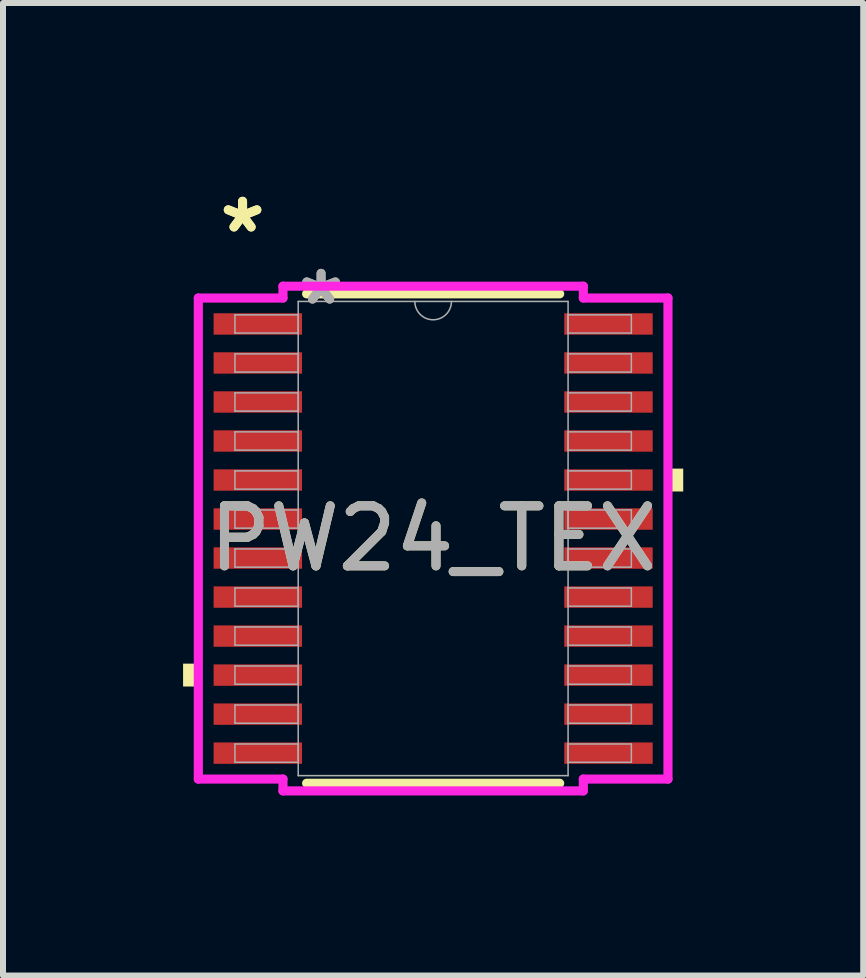
<source format=kicad_pcb>
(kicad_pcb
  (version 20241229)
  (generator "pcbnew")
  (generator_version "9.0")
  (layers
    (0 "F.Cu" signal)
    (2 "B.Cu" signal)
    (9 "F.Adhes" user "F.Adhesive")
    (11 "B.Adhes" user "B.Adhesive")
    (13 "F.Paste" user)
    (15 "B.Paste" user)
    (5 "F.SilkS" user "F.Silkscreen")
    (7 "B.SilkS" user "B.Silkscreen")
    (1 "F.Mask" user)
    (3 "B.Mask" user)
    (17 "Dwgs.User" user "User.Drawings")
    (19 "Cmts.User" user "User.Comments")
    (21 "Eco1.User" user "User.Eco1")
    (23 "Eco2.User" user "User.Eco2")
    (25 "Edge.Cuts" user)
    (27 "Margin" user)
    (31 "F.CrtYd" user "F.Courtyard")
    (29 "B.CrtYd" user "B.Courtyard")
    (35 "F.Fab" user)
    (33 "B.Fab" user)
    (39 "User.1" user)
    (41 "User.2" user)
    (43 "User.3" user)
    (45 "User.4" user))
  (footprint "PW24_TEX"
    (layer "F.Cu")
    (at 4.166 5.922)
    (property "Reference" "PW24_TEX" (at 0 0 0) (unlocked yes) (layer "F.SilkS") (effects (font (size 1 1) (thickness 0.15))))
    (attr smd)
    (fp_line (start -2.108 4.077) (end 2.108 4.077) (stroke (width 0.152) (type solid)) (layer "F.SilkS"))
    (fp_line (start 2.108 -4.077) (end -2.108 -4.077) (stroke (width 0.152) (type solid)) (layer "F.SilkS"))
    (fp_poly (pts (xy -4.166 2.084) (xy -4.166 2.465) (xy -3.912 2.465) (xy -3.912 2.084)) (stroke (width 0) (type solid)) (fill yes) (layer "F.SilkS"))
    (fp_poly (pts (xy 4.166 -1.165) (xy 4.166 -0.784) (xy 3.912 -0.784) (xy 3.912 -1.165)) (stroke (width 0) (type solid)) (fill yes) (layer "F.SilkS"))
    (fp_line (start -3.912 -4.007) (end -2.502 -4.007) (stroke (width 0.152) (type solid)) (layer "F.CrtYd"))
    (fp_line (start -3.912 4.007) (end -3.912 -4.007) (stroke (width 0.152) (type solid)) (layer "F.CrtYd"))
    (fp_line (start -3.912 4.007) (end -2.502 4.007) (stroke (width 0.152) (type solid)) (layer "F.CrtYd"))
    (fp_line (start -2.502 -4.204) (end 2.502 -4.204) (stroke (width 0.152) (type solid)) (layer "F.CrtYd"))
    (fp_line (start -2.502 -4.007) (end -2.502 -4.204) (stroke (width 0.152) (type solid)) (layer "F.CrtYd"))
    (fp_line (start -2.502 4.204) (end -2.502 4.007) (stroke (width 0.152) (type solid)) (layer "F.CrtYd"))
    (fp_line (start 2.502 -4.204) (end 2.502 -4.007) (stroke (width 0.152) (type solid)) (layer "F.CrtYd"))
    (fp_line (start 2.502 4.007) (end 2.502 4.204) (stroke (width 0.152) (type solid)) (layer "F.CrtYd"))
    (fp_line (start 2.502 4.204) (end -2.502 4.204) (stroke (width 0.152) (type solid)) (layer "F.CrtYd"))
    (fp_line (start 3.912 -4.007) (end 2.502 -4.007) (stroke (width 0.152) (type solid)) (layer "F.CrtYd"))
    (fp_line (start 3.912 -4.007) (end 3.912 4.007) (stroke (width 0.152) (type solid)) (layer "F.CrtYd"))
    (fp_line (start 3.912 4.007) (end 2.502 4.007) (stroke (width 0.152) (type solid)) (layer "F.CrtYd"))
    (fp_line (start -3.302 -3.727) (end -3.302 -3.423) (stroke (width 0.025) (type solid)) (layer "F.Fab"))
    (fp_line (start -3.302 -3.423) (end -2.248 -3.423) (stroke (width 0.025) (type solid)) (layer "F.Fab"))
    (fp_line (start -3.302 -3.077) (end -3.302 -2.773) (stroke (width 0.025) (type solid)) (layer "F.Fab"))
    (fp_line (start -3.302 -2.773) (end -2.248 -2.773) (stroke (width 0.025) (type solid)) (layer "F.Fab"))
    (fp_line (start -3.302 -2.427) (end -3.302 -2.123) (stroke (width 0.025) (type solid)) (layer "F.Fab"))
    (fp_line (start -3.302 -2.123) (end -2.248 -2.123) (stroke (width 0.025) (type solid)) (layer "F.Fab"))
    (fp_line (start -3.302 -1.777) (end -3.302 -1.473) (stroke (width 0.025) (type solid)) (layer "F.Fab"))
    (fp_line (start -3.302 -1.473) (end -2.248 -1.473) (stroke (width 0.025) (type solid)) (layer "F.Fab"))
    (fp_line (start -3.302 -1.127) (end -3.302 -0.823) (stroke (width 0.025) (type solid)) (layer "F.Fab"))
    (fp_line (start -3.302 -0.823) (end -2.248 -0.823) (stroke (width 0.025) (type solid)) (layer "F.Fab"))
    (fp_line (start -3.302 -0.477) (end -3.302 -0.173) (stroke (width 0.025) (type solid)) (layer "F.Fab"))
    (fp_line (start -3.302 -0.173) (end -2.248 -0.173) (stroke (width 0.025) (type solid)) (layer "F.Fab"))
    (fp_line (start -3.302 0.173) (end -3.302 0.477) (stroke (width 0.025) (type solid)) (layer "F.Fab"))
    (fp_line (start -3.302 0.477) (end -2.248 0.477) (stroke (width 0.025) (type solid)) (layer "F.Fab"))
    (fp_line (start -3.302 0.823) (end -3.302 1.127) (stroke (width 0.025) (type solid)) (layer "F.Fab"))
    (fp_line (start -3.302 1.127) (end -2.248 1.127) (stroke (width 0.025) (type solid)) (layer "F.Fab"))
    (fp_line (start -3.302 1.473) (end -3.302 1.777) (stroke (width 0.025) (type solid)) (layer "F.Fab"))
    (fp_line (start -3.302 1.777) (end -2.248 1.777) (stroke (width 0.025) (type solid)) (layer "F.Fab"))
    (fp_line (start -3.302 2.123) (end -3.302 2.427) (stroke (width 0.025) (type solid)) (layer "F.Fab"))
    (fp_line (start -3.302 2.427) (end -2.248 2.427) (stroke (width 0.025) (type solid)) (layer "F.Fab"))
    (fp_line (start -3.302 2.773) (end -3.302 3.077) (stroke (width 0.025) (type solid)) (layer "F.Fab"))
    (fp_line (start -3.302 3.077) (end -2.248 3.077) (stroke (width 0.025) (type solid)) (layer "F.Fab"))
    (fp_line (start -3.302 3.423) (end -3.302 3.727) (stroke (width 0.025) (type solid)) (layer "F.Fab"))
    (fp_line (start -3.302 3.727) (end -2.248 3.727) (stroke (width 0.025) (type solid)) (layer "F.Fab"))
    (fp_line (start -2.248 -3.95) (end -2.248 3.95) (stroke (width 0.025) (type solid)) (layer "F.Fab"))
    (fp_line (start -2.248 -3.727) (end -3.302 -3.727) (stroke (width 0.025) (type solid)) (layer "F.Fab"))
    (fp_line (start -2.248 -3.423) (end -2.248 -3.727) (stroke (width 0.025) (type solid)) (layer "F.Fab"))
    (fp_line (start -2.248 -3.077) (end -3.302 -3.077) (stroke (width 0.025) (type solid)) (layer "F.Fab"))
    (fp_line (start -2.248 -2.773) (end -2.248 -3.077) (stroke (width 0.025) (type solid)) (layer "F.Fab"))
    (fp_line (start -2.248 -2.427) (end -3.302 -2.427) (stroke (width 0.025) (type solid)) (layer "F.Fab"))
    (fp_line (start -2.248 -2.123) (end -2.248 -2.427) (stroke (width 0.025) (type solid)) (layer "F.Fab"))
    (fp_line (start -2.248 -1.777) (end -3.302 -1.777) (stroke (width 0.025) (type solid)) (layer "F.Fab"))
    (fp_line (start -2.248 -1.473) (end -2.248 -1.777) (stroke (width 0.025) (type solid)) (layer "F.Fab"))
    (fp_line (start -2.248 -1.127) (end -3.302 -1.127) (stroke (width 0.025) (type solid)) (layer "F.Fab"))
    (fp_line (start -2.248 -0.823) (end -2.248 -1.127) (stroke (width 0.025) (type solid)) (layer "F.Fab"))
    (fp_line (start -2.248 -0.477) (end -3.302 -0.477) (stroke (width 0.025) (type solid)) (layer "F.Fab"))
    (fp_line (start -2.248 -0.173) (end -2.248 -0.477) (stroke (width 0.025) (type solid)) (layer "F.Fab"))
    (fp_line (start -2.248 0.173) (end -3.302 0.173) (stroke (width 0.025) (type solid)) (layer "F.Fab"))
    (fp_line (start -2.248 0.477) (end -2.248 0.173) (stroke (width 0.025) (type solid)) (layer "F.Fab"))
    (fp_line (start -2.248 0.823) (end -3.302 0.823) (stroke (width 0.025) (type solid)) (layer "F.Fab"))
    (fp_line (start -2.248 1.127) (end -2.248 0.823) (stroke (width 0.025) (type solid)) (layer "F.Fab"))
    (fp_line (start -2.248 1.473) (end -3.302 1.473) (stroke (width 0.025) (type solid)) (layer "F.Fab"))
    (fp_line (start -2.248 1.777) (end -2.248 1.473) (stroke (width 0.025) (type solid)) (layer "F.Fab"))
    (fp_line (start -2.248 2.123) (end -3.302 2.123) (stroke (width 0.025) (type solid)) (layer "F.Fab"))
    (fp_line (start -2.248 2.427) (end -2.248 2.123) (stroke (width 0.025) (type solid)) (layer "F.Fab"))
    (fp_line (start -2.248 2.773) (end -3.302 2.773) (stroke (width 0.025) (type solid)) (layer "F.Fab"))
    (fp_line (start -2.248 3.077) (end -2.248 2.773) (stroke (width 0.025) (type solid)) (layer "F.Fab"))
    (fp_line (start -2.248 3.423) (end -3.302 3.423) (stroke (width 0.025) (type solid)) (layer "F.Fab"))
    (fp_line (start -2.248 3.727) (end -2.248 3.423) (stroke (width 0.025) (type solid)) (layer "F.Fab"))
    (fp_line (start -2.248 3.95) (end 2.248 3.95) (stroke (width 0.025) (type solid)) (layer "F.Fab"))
    (fp_line (start 2.248 -3.95) (end -2.248 -3.95) (stroke (width 0.025) (type solid)) (layer "F.Fab"))
    (fp_line (start 2.248 -3.727) (end 2.248 -3.423) (stroke (width 0.025) (type solid)) (layer "F.Fab"))
    (fp_line (start 2.248 -3.423) (end 3.302 -3.423) (stroke (width 0.025) (type solid)) (layer "F.Fab"))
    (fp_line (start 2.248 -3.077) (end 2.248 -2.773) (stroke (width 0.025) (type solid)) (layer "F.Fab"))
    (fp_line (start 2.248 -2.773) (end 3.302 -2.773) (stroke (width 0.025) (type solid)) (layer "F.Fab"))
    (fp_line (start 2.248 -2.427) (end 2.248 -2.123) (stroke (width 0.025) (type solid)) (layer "F.Fab"))
    (fp_line (start 2.248 -2.123) (end 3.302 -2.123) (stroke (width 0.025) (type solid)) (layer "F.Fab"))
    (fp_line (start 2.248 -1.777) (end 2.248 -1.473) (stroke (width 0.025) (type solid)) (layer "F.Fab"))
    (fp_line (start 2.248 -1.473) (end 3.302 -1.473) (stroke (width 0.025) (type solid)) (layer "F.Fab"))
    (fp_line (start 2.248 -1.127) (end 2.248 -0.823) (stroke (width 0.025) (type solid)) (layer "F.Fab"))
    (fp_line (start 2.248 -0.823) (end 3.302 -0.823) (stroke (width 0.025) (type solid)) (layer "F.Fab"))
    (fp_line (start 2.248 -0.477) (end 2.248 -0.173) (stroke (width 0.025) (type solid)) (layer "F.Fab"))
    (fp_line (start 2.248 -0.173) (end 3.302 -0.173) (stroke (width 0.025) (type solid)) (layer "F.Fab"))
    (fp_line (start 2.248 0.173) (end 2.248 0.477) (stroke (width 0.025) (type solid)) (layer "F.Fab"))
    (fp_line (start 2.248 0.477) (end 3.302 0.477) (stroke (width 0.025) (type solid)) (layer "F.Fab"))
    (fp_line (start 2.248 0.823) (end 2.248 1.127) (stroke (width 0.025) (type solid)) (layer "F.Fab"))
    (fp_line (start 2.248 1.127) (end 3.302 1.127) (stroke (width 0.025) (type solid)) (layer "F.Fab"))
    (fp_line (start 2.248 1.473) (end 2.248 1.777) (stroke (width 0.025) (type solid)) (layer "F.Fab"))
    (fp_line (start 2.248 1.777) (end 3.302 1.777) (stroke (width 0.025) (type solid)) (layer "F.Fab"))
    (fp_line (start 2.248 2.123) (end 2.248 2.427) (stroke (width 0.025) (type solid)) (layer "F.Fab"))
    (fp_line (start 2.248 2.427) (end 3.302 2.427) (stroke (width 0.025) (type solid)) (layer "F.Fab"))
    (fp_line (start 2.248 2.773) (end 2.248 3.077) (stroke (width 0.025) (type solid)) (layer "F.Fab"))
    (fp_line (start 2.248 3.077) (end 3.302 3.077) (stroke (width 0.025) (type solid)) (layer "F.Fab"))
    (fp_line (start 2.248 3.423) (end 2.248 3.727) (stroke (width 0.025) (type solid)) (layer "F.Fab"))
    (fp_line (start 2.248 3.727) (end 3.302 3.727) (stroke (width 0.025) (type solid)) (layer "F.Fab"))
    (fp_line (start 2.248 3.95) (end 2.248 -3.95) (stroke (width 0.025) (type solid)) (layer "F.Fab"))
    (fp_line (start 3.302 -3.727) (end 2.248 -3.727) (stroke (width 0.025) (type solid)) (layer "F.Fab"))
    (fp_line (start 3.302 -3.423) (end 3.302 -3.727) (stroke (width 0.025) (type solid)) (layer "F.Fab"))
    (fp_line (start 3.302 -3.077) (end 2.248 -3.077) (stroke (width 0.025) (type solid)) (layer "F.Fab"))
    (fp_line (start 3.302 -2.773) (end 3.302 -3.077) (stroke (width 0.025) (type solid)) (layer "F.Fab"))
    (fp_line (start 3.302 -2.427) (end 2.248 -2.427) (stroke (width 0.025) (type solid)) (layer "F.Fab"))
    (fp_line (start 3.302 -2.123) (end 3.302 -2.427) (stroke (width 0.025) (type solid)) (layer "F.Fab"))
    (fp_line (start 3.302 -1.777) (end 2.248 -1.777) (stroke (width 0.025) (type solid)) (layer "F.Fab"))
    (fp_line (start 3.302 -1.473) (end 3.302 -1.777) (stroke (width 0.025) (type solid)) (layer "F.Fab"))
    (fp_line (start 3.302 -1.127) (end 2.248 -1.127) (stroke (width 0.025) (type solid)) (layer "F.Fab"))
    (fp_line (start 3.302 -0.823) (end 3.302 -1.127) (stroke (width 0.025) (type solid)) (layer "F.Fab"))
    (fp_line (start 3.302 -0.477) (end 2.248 -0.477) (stroke (width 0.025) (type solid)) (layer "F.Fab"))
    (fp_line (start 3.302 -0.173) (end 3.302 -0.477) (stroke (width 0.025) (type solid)) (layer "F.Fab"))
    (fp_line (start 3.302 0.173) (end 2.248 0.173) (stroke (width 0.025) (type solid)) (layer "F.Fab"))
    (fp_line (start 3.302 0.477) (end 3.302 0.173) (stroke (width 0.025) (type solid)) (layer "F.Fab"))
    (fp_line (start 3.302 0.823) (end 2.248 0.823) (stroke (width 0.025) (type solid)) (layer "F.Fab"))
    (fp_line (start 3.302 1.127) (end 3.302 0.823) (stroke (width 0.025) (type solid)) (layer "F.Fab"))
    (fp_line (start 3.302 1.473) (end 2.248 1.473) (stroke (width 0.025) (type solid)) (layer "F.Fab"))
    (fp_line (start 3.302 1.777) (end 3.302 1.473) (stroke (width 0.025) (type solid)) (layer "F.Fab"))
    (fp_line (start 3.302 2.123) (end 2.248 2.123) (stroke (width 0.025) (type solid)) (layer "F.Fab"))
    (fp_line (start 3.302 2.427) (end 3.302 2.123) (stroke (width 0.025) (type solid)) (layer "F.Fab"))
    (fp_line (start 3.302 2.773) (end 2.248 2.773) (stroke (width 0.025) (type solid)) (layer "F.Fab"))
    (fp_line (start 3.302 3.077) (end 3.302 2.773) (stroke (width 0.025) (type solid)) (layer "F.Fab"))
    (fp_line (start 3.302 3.423) (end 2.248 3.423) (stroke (width 0.025) (type solid)) (layer "F.Fab"))
    (fp_line (start 3.302 3.727) (end 3.302 3.423) (stroke (width 0.025) (type solid)) (layer "F.Fab"))
    (fp_arc (start 0.3048 -3.9497) (mid 0 -3.6449) (end -0.3048 -3.9497) (stroke (width 0.0254) (type solid)) (layer "F.Fab"))
    (fp_text user "*" (at -3.175 -5.074 0) (layer "F.SilkS") (effects (font (size 1 1) (thickness 0.15))))
    (fp_text user "*" (at -3.175 -5.074 0) (unlocked yes) (layer "F.SilkS") (effects (font (size 1 1) (thickness 0.15))))
    (fp_text user "*" (at -1.867 -3.873 0) (layer "F.Fab") (effects (font (size 1 1) (thickness 0.15))))
    (fp_text user "*" (at -1.867 -3.873 0) (unlocked yes) (layer "F.Fab") (effects (font (size 1 1) (thickness 0.15))))
    (fp_text user "${REFERENCE}" (at 0 0 0) (unlocked yes) (layer "F.Fab") (effects (font (size 1 1) (thickness 0.15))))
    (pad "1" smd rect (at -2.921 -3.575) (size 1.473 0.356) (layers "F.Cu" "F.Mask" "F.Paste"))
    (pad "2" smd rect (at -2.921 -2.925) (size 1.473 0.356) (layers "F.Cu" "F.Mask" "F.Paste"))
    (pad "3" smd rect (at -2.921 -2.275) (size 1.473 0.356) (layers "F.Cu" "F.Mask" "F.Paste"))
    (pad "4" smd rect (at -2.921 -1.625) (size 1.473 0.356) (layers "F.Cu" "F.Mask" "F.Paste"))
    (pad "5" smd rect (at -2.921 -0.975) (size 1.473 0.356) (layers "F.Cu" "F.Mask" "F.Paste"))
    (pad "6" smd rect (at -2.921 -0.325) (size 1.473 0.356) (layers "F.Cu" "F.Mask" "F.Paste"))
    (pad "7" smd rect (at -2.921 0.325) (size 1.473 0.356) (layers "F.Cu" "F.Mask" "F.Paste"))
    (pad "8" smd rect (at -2.921 0.975) (size 1.473 0.356) (layers "F.Cu" "F.Mask" "F.Paste"))
    (pad "9" smd rect (at -2.921 1.625) (size 1.473 0.356) (layers "F.Cu" "F.Mask" "F.Paste"))
    (pad "10" smd rect (at -2.921 2.275) (size 1.473 0.356) (layers "F.Cu" "F.Mask" "F.Paste"))
    (pad "11" smd rect (at -2.921 2.925) (size 1.473 0.356) (layers "F.Cu" "F.Mask" "F.Paste"))
    (pad "12" smd rect (at -2.921 3.575) (size 1.473 0.356) (layers "F.Cu" "F.Mask" "F.Paste"))
    (pad "13" smd rect (at 2.921 3.575) (size 1.473 0.356) (layers "F.Cu" "F.Mask" "F.Paste"))
    (pad "14" smd rect (at 2.921 2.925) (size 1.473 0.356) (layers "F.Cu" "F.Mask" "F.Paste"))
    (pad "15" smd rect (at 2.921 2.275) (size 1.473 0.356) (layers "F.Cu" "F.Mask" "F.Paste"))
    (pad "16" smd rect (at 2.921 1.625) (size 1.473 0.356) (layers "F.Cu" "F.Mask" "F.Paste"))
    (pad "17" smd rect (at 2.921 0.975) (size 1.473 0.356) (layers "F.Cu" "F.Mask" "F.Paste"))
    (pad "18" smd rect (at 2.921 0.325) (size 1.473 0.356) (layers "F.Cu" "F.Mask" "F.Paste"))
    (pad "19" smd rect (at 2.921 -0.325) (size 1.473 0.356) (layers "F.Cu" "F.Mask" "F.Paste"))
    (pad "20" smd rect (at 2.921 -0.975) (size 1.473 0.356) (layers "F.Cu" "F.Mask" "F.Paste"))
    (pad "21" smd rect (at 2.921 -1.625) (size 1.473 0.356) (layers "F.Cu" "F.Mask" "F.Paste"))
    (pad "22" smd rect (at 2.921 -2.275) (size 1.473 0.356) (layers "F.Cu" "F.Mask" "F.Paste"))
    (pad "23" smd rect (at 2.921 -2.925) (size 1.473 0.356) (layers "F.Cu" "F.Mask" "F.Paste"))
    (pad "24" smd rect (at 2.921 -3.575) (size 1.473 0.356) (layers "F.Cu" "F.Mask" "F.Paste")))
  (gr_rect
    (start -3 -3)
    (end 11.331 13.202)
    (stroke (width 0.1) (type default))
    (fill no)
    (layer "Edge.Cuts")))
</source>
